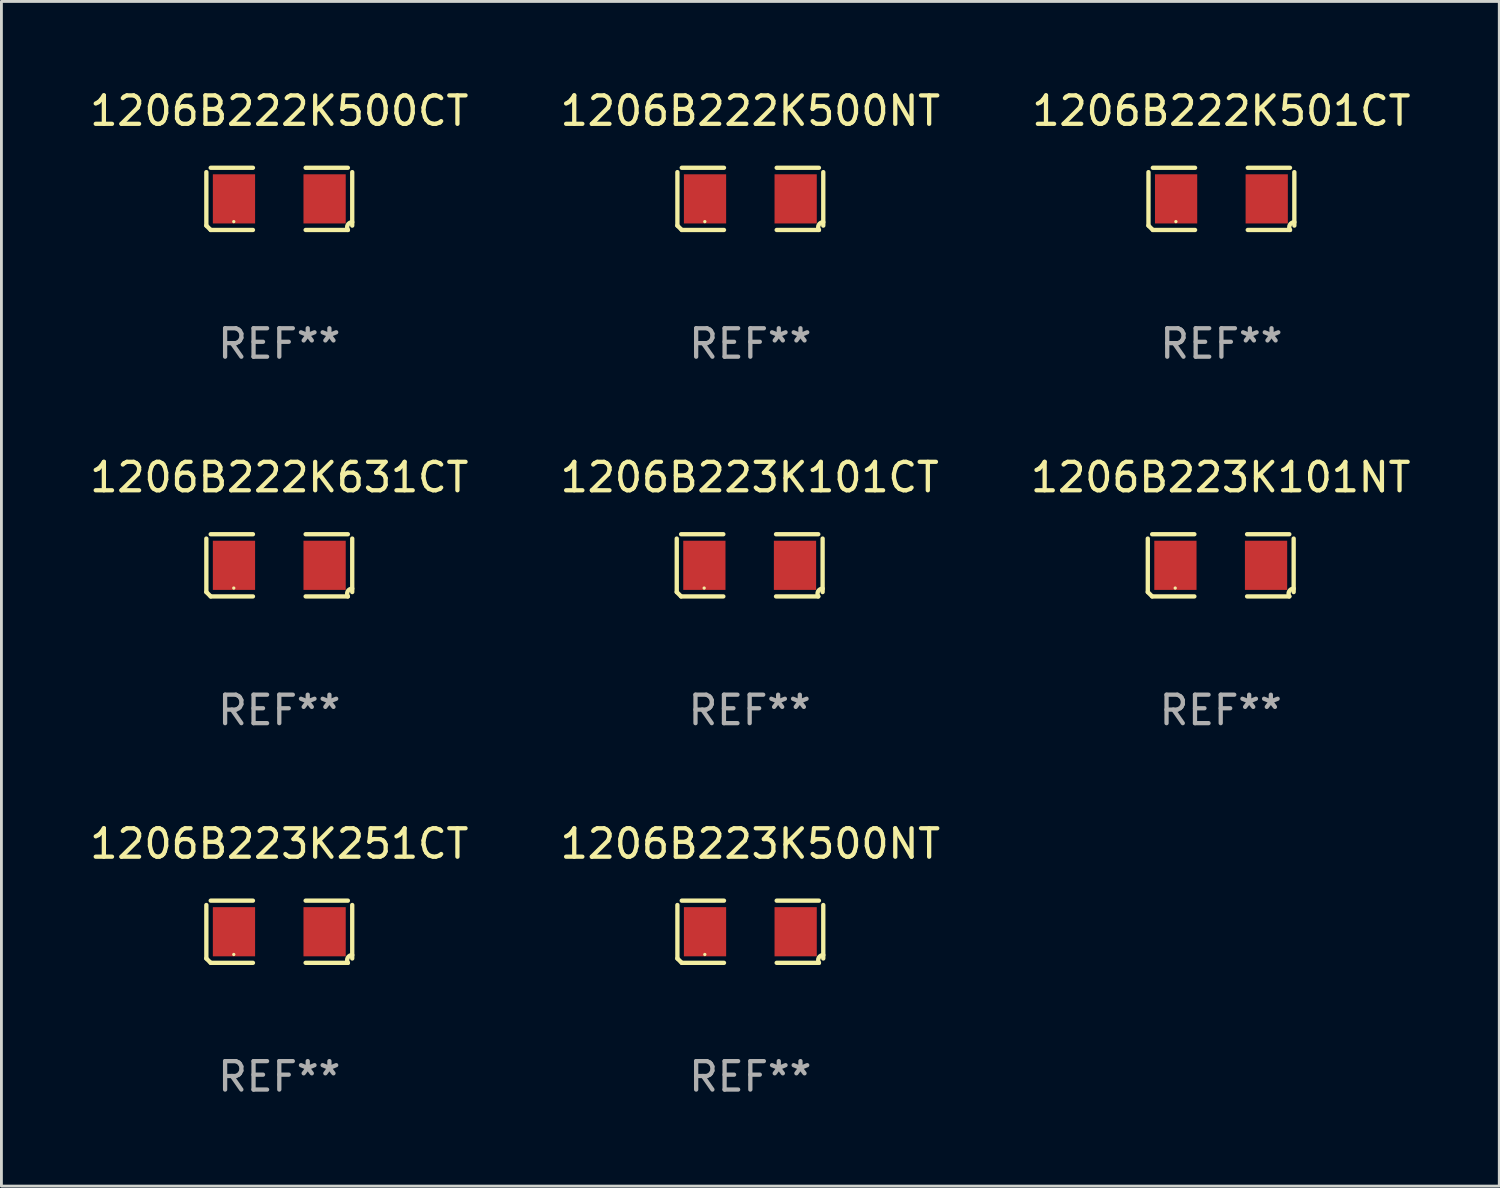
<source format=kicad_pcb>
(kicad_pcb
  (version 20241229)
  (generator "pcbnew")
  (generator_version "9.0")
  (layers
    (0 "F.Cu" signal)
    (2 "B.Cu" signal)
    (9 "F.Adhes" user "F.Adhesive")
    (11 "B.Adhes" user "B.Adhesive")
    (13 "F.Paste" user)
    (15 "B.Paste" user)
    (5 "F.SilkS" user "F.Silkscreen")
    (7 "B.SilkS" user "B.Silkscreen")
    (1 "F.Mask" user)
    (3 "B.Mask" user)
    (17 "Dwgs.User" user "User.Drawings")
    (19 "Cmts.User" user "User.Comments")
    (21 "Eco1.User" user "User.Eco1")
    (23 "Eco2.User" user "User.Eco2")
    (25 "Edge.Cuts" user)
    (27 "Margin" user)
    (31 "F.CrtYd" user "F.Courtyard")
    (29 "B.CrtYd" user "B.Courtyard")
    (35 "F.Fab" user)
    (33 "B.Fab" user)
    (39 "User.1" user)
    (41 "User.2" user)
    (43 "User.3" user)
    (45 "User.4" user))
  (footprint "1206B222K500NT"
    (layer "F.Cu")
    (at 23.327 3.941)
    (property "Reference" "1206B222K500NT" (at 0 -3.093 0) (layer "F.SilkS") (effects (font (size 1 1) (thickness 0.15))))
    (attr through_hole)
    (fp_line (start -2.564 0.94) (end -2.564 -0.94) (stroke (width 0.152) (type solid)) (layer "F.SilkS"))
    (fp_line (start -2.411 -1.093) (end -0.926 -1.093) (stroke (width 0.152) (type solid)) (layer "F.SilkS"))
    (fp_line (start -0.926 1.093) (end -2.411 1.093) (stroke (width 0.152) (type solid)) (layer "F.SilkS"))
    (fp_line (start 0.926 1.093) (end 2.411 1.093) (stroke (width 0.152) (type solid)) (layer "F.SilkS"))
    (fp_line (start 2.411 -1.093) (end 0.926 -1.093) (stroke (width 0.152) (type solid)) (layer "F.SilkS"))
    (fp_line (start 2.564 0.94) (end 2.564 -0.94) (stroke (width 0.152) (type solid)) (layer "F.SilkS"))
    (fp_arc (start -2.411201 1.092609) (mid -2.487413 1.01642) (end -2.563602 0.940208) (stroke (width 0.1524) (type solid)) (layer "F.SilkS"))
    (fp_arc (start 2.411201 1.092609) (mid 2.407159 0.911226) (end 2.563602 0.819347) (stroke (width 0.1524) (type solid)) (layer "F.SilkS"))
    (fp_circle (center -1.6 0.8) (end -1.57 0.8) (stroke (width 0.06) (type solid)) (fill no) (layer "F.SilkS"))
    (fp_text user "REF**" (at 0 5.093 0) (layer "F.Fab") (effects (font (size 1 1) (thickness 0.15))))
    (pad "1" smd rect (at -1.593 0) (size 1.485 1.728) (layers "F.Cu" "F.Mask" "F.Paste"))
    (pad "2" smd rect (at 1.593 0) (size 1.485 1.728) (layers "F.Cu" "F.Mask" "F.Paste")))
  (footprint "1206B222K501CT"
    (layer "F.Cu")
    (at 39.887 3.941)
    (property "Reference" "1206B222K501CT" (at 0 -3.093 0) (layer "F.SilkS") (effects (font (size 1 1) (thickness 0.15))))
    (attr through_hole)
    (fp_line (start -2.564 0.94) (end -2.564 -0.94) (stroke (width 0.152) (type solid)) (layer "F.SilkS"))
    (fp_line (start -2.411 -1.093) (end -0.926 -1.093) (stroke (width 0.152) (type solid)) (layer "F.SilkS"))
    (fp_line (start -0.926 1.093) (end -2.411 1.093) (stroke (width 0.152) (type solid)) (layer "F.SilkS"))
    (fp_line (start 0.926 1.093) (end 2.411 1.093) (stroke (width 0.152) (type solid)) (layer "F.SilkS"))
    (fp_line (start 2.411 -1.093) (end 0.926 -1.093) (stroke (width 0.152) (type solid)) (layer "F.SilkS"))
    (fp_line (start 2.564 0.94) (end 2.564 -0.94) (stroke (width 0.152) (type solid)) (layer "F.SilkS"))
    (fp_arc (start -2.411201 1.092609) (mid -2.487413 1.01642) (end -2.563602 0.940208) (stroke (width 0.1524) (type solid)) (layer "F.SilkS"))
    (fp_arc (start 2.411201 1.092609) (mid 2.407159 0.911226) (end 2.563602 0.819347) (stroke (width 0.1524) (type solid)) (layer "F.SilkS"))
    (fp_circle (center -1.6 0.8) (end -1.57 0.8) (stroke (width 0.06) (type solid)) (fill no) (layer "F.SilkS"))
    (fp_text user "REF**" (at 0 5.093 0) (layer "F.Fab") (effects (font (size 1 1) (thickness 0.15))))
    (pad "1" smd rect (at -1.593 0) (size 1.485 1.728) (layers "F.Cu" "F.Mask" "F.Paste"))
    (pad "2" smd rect (at 1.593 0) (size 1.485 1.728) (layers "F.Cu" "F.Mask" "F.Paste")))
  (footprint "1206B223K251CT"
    (layer "F.Cu")
    (at 6.768 29.704)
    (property "Reference" "1206B223K251CT" (at 0 -3.093 0) (layer "F.SilkS") (effects (font (size 1 1) (thickness 0.15))))
    (attr through_hole)
    (fp_line (start -2.564 0.94) (end -2.564 -0.94) (stroke (width 0.152) (type solid)) (layer "F.SilkS"))
    (fp_line (start -2.411 -1.093) (end -0.926 -1.093) (stroke (width 0.152) (type solid)) (layer "F.SilkS"))
    (fp_line (start -0.926 1.093) (end -2.411 1.093) (stroke (width 0.152) (type solid)) (layer "F.SilkS"))
    (fp_line (start 0.926 1.093) (end 2.411 1.093) (stroke (width 0.152) (type solid)) (layer "F.SilkS"))
    (fp_line (start 2.411 -1.093) (end 0.926 -1.093) (stroke (width 0.152) (type solid)) (layer "F.SilkS"))
    (fp_line (start 2.564 0.94) (end 2.564 -0.94) (stroke (width 0.152) (type solid)) (layer "F.SilkS"))
    (fp_arc (start -2.411201 1.092609) (mid -2.487413 1.01642) (end -2.563602 0.940208) (stroke (width 0.1524) (type solid)) (layer "F.SilkS"))
    (fp_arc (start 2.411201 1.092609) (mid 2.407159 0.911226) (end 2.563602 0.819347) (stroke (width 0.1524) (type solid)) (layer "F.SilkS"))
    (fp_circle (center -1.6 0.8) (end -1.57 0.8) (stroke (width 0.06) (type solid)) (fill no) (layer "F.SilkS"))
    (fp_text user "REF**" (at 0 5.093 0) (layer "F.Fab") (effects (font (size 1 1) (thickness 0.15))))
    (pad "1" smd rect (at -1.593 0) (size 1.485 1.728) (layers "F.Cu" "F.Mask" "F.Paste"))
    (pad "2" smd rect (at 1.593 0) (size 1.485 1.728) (layers "F.Cu" "F.Mask" "F.Paste")))
  (footprint "1206B223K101CT"
    (layer "F.Cu")
    (at 23.304 16.823)
    (property "Reference" "1206B223K101CT" (at 0 -3.093 0) (layer "F.SilkS") (effects (font (size 1 1) (thickness 0.15))))
    (attr through_hole)
    (fp_line (start -2.564 0.94) (end -2.564 -0.94) (stroke (width 0.152) (type solid)) (layer "F.SilkS"))
    (fp_line (start -2.411 -1.093) (end -0.926 -1.093) (stroke (width 0.152) (type solid)) (layer "F.SilkS"))
    (fp_line (start -0.926 1.093) (end -2.411 1.093) (stroke (width 0.152) (type solid)) (layer "F.SilkS"))
    (fp_line (start 0.926 1.093) (end 2.411 1.093) (stroke (width 0.152) (type solid)) (layer "F.SilkS"))
    (fp_line (start 2.411 -1.093) (end 0.926 -1.093) (stroke (width 0.152) (type solid)) (layer "F.SilkS"))
    (fp_line (start 2.564 0.94) (end 2.564 -0.94) (stroke (width 0.152) (type solid)) (layer "F.SilkS"))
    (fp_arc (start -2.411201 1.092609) (mid -2.487413 1.01642) (end -2.563602 0.940208) (stroke (width 0.1524) (type solid)) (layer "F.SilkS"))
    (fp_arc (start 2.411201 1.092609) (mid 2.407159 0.911226) (end 2.563602 0.819347) (stroke (width 0.1524) (type solid)) (layer "F.SilkS"))
    (fp_circle (center -1.6 0.8) (end -1.57 0.8) (stroke (width 0.06) (type solid)) (fill no) (layer "F.SilkS"))
    (fp_text user "REF**" (at 0 5.093 0) (layer "F.Fab") (effects (font (size 1 1) (thickness 0.15))))
    (pad "1" smd rect (at -1.593 0) (size 1.485 1.728) (layers "F.Cu" "F.Mask" "F.Paste"))
    (pad "2" smd rect (at 1.593 0) (size 1.485 1.728) (layers "F.Cu" "F.Mask" "F.Paste")))
  (footprint "1206B223K101NT"
    (layer "F.Cu")
    (at 39.863 16.823)
    (property "Reference" "1206B223K101NT" (at 0 -3.093 0) (layer "F.SilkS") (effects (font (size 1 1) (thickness 0.15))))
    (attr through_hole)
    (fp_line (start -2.564 0.94) (end -2.564 -0.94) (stroke (width 0.152) (type solid)) (layer "F.SilkS"))
    (fp_line (start -2.411 -1.093) (end -0.926 -1.093) (stroke (width 0.152) (type solid)) (layer "F.SilkS"))
    (fp_line (start -0.926 1.093) (end -2.411 1.093) (stroke (width 0.152) (type solid)) (layer "F.SilkS"))
    (fp_line (start 0.926 1.093) (end 2.411 1.093) (stroke (width 0.152) (type solid)) (layer "F.SilkS"))
    (fp_line (start 2.411 -1.093) (end 0.926 -1.093) (stroke (width 0.152) (type solid)) (layer "F.SilkS"))
    (fp_line (start 2.564 0.94) (end 2.564 -0.94) (stroke (width 0.152) (type solid)) (layer "F.SilkS"))
    (fp_arc (start -2.411201 1.092609) (mid -2.487413 1.01642) (end -2.563602 0.940208) (stroke (width 0.1524) (type solid)) (layer "F.SilkS"))
    (fp_arc (start 2.411201 1.092609) (mid 2.407159 0.911226) (end 2.563602 0.819347) (stroke (width 0.1524) (type solid)) (layer "F.SilkS"))
    (fp_circle (center -1.6 0.8) (end -1.57 0.8) (stroke (width 0.06) (type solid)) (fill no) (layer "F.SilkS"))
    (fp_text user "REF**" (at 0 5.093 0) (layer "F.Fab") (effects (font (size 1 1) (thickness 0.15))))
    (pad "1" smd rect (at -1.593 0) (size 1.485 1.728) (layers "F.Cu" "F.Mask" "F.Paste"))
    (pad "2" smd rect (at 1.593 0) (size 1.485 1.728) (layers "F.Cu" "F.Mask" "F.Paste")))
  (footprint "1206B223K500NT"
    (layer "F.Cu")
    (at 23.327 29.704)
    (property "Reference" "1206B223K500NT" (at 0 -3.093 0) (layer "F.SilkS") (effects (font (size 1 1) (thickness 0.15))))
    (attr through_hole)
    (fp_line (start -2.564 0.94) (end -2.564 -0.94) (stroke (width 0.152) (type solid)) (layer "F.SilkS"))
    (fp_line (start -2.411 -1.093) (end -0.926 -1.093) (stroke (width 0.152) (type solid)) (layer "F.SilkS"))
    (fp_line (start -0.926 1.093) (end -2.411 1.093) (stroke (width 0.152) (type solid)) (layer "F.SilkS"))
    (fp_line (start 0.926 1.093) (end 2.411 1.093) (stroke (width 0.152) (type solid)) (layer "F.SilkS"))
    (fp_line (start 2.411 -1.093) (end 0.926 -1.093) (stroke (width 0.152) (type solid)) (layer "F.SilkS"))
    (fp_line (start 2.564 0.94) (end 2.564 -0.94) (stroke (width 0.152) (type solid)) (layer "F.SilkS"))
    (fp_arc (start -2.411201 1.092609) (mid -2.487413 1.01642) (end -2.563602 0.940208) (stroke (width 0.1524) (type solid)) (layer "F.SilkS"))
    (fp_arc (start 2.411201 1.092609) (mid 2.407159 0.911226) (end 2.563602 0.819347) (stroke (width 0.1524) (type solid)) (layer "F.SilkS"))
    (fp_circle (center -1.6 0.8) (end -1.57 0.8) (stroke (width 0.06) (type solid)) (fill no) (layer "F.SilkS"))
    (fp_text user "REF**" (at 0 5.093 0) (layer "F.Fab") (effects (font (size 1 1) (thickness 0.15))))
    (pad "1" smd rect (at -1.593 0) (size 1.485 1.728) (layers "F.Cu" "F.Mask" "F.Paste"))
    (pad "2" smd rect (at 1.593 0) (size 1.485 1.728) (layers "F.Cu" "F.Mask" "F.Paste")))
  (footprint "1206B222K500CT"
    (layer "F.Cu")
    (at 6.768 3.941)
    (property "Reference" "1206B222K500CT" (at 0 -3.093 0) (layer "F.SilkS") (effects (font (size 1 1) (thickness 0.15))))
    (attr through_hole)
    (fp_line (start -2.564 0.94) (end -2.564 -0.94) (stroke (width 0.152) (type solid)) (layer "F.SilkS"))
    (fp_line (start -2.411 -1.093) (end -0.926 -1.093) (stroke (width 0.152) (type solid)) (layer "F.SilkS"))
    (fp_line (start -0.926 1.093) (end -2.411 1.093) (stroke (width 0.152) (type solid)) (layer "F.SilkS"))
    (fp_line (start 0.926 1.093) (end 2.411 1.093) (stroke (width 0.152) (type solid)) (layer "F.SilkS"))
    (fp_line (start 2.411 -1.093) (end 0.926 -1.093) (stroke (width 0.152) (type solid)) (layer "F.SilkS"))
    (fp_line (start 2.564 0.94) (end 2.564 -0.94) (stroke (width 0.152) (type solid)) (layer "F.SilkS"))
    (fp_arc (start -2.411201 1.092609) (mid -2.487413 1.01642) (end -2.563602 0.940208) (stroke (width 0.1524) (type solid)) (layer "F.SilkS"))
    (fp_arc (start 2.411201 1.092609) (mid 2.407159 0.911226) (end 2.563602 0.819347) (stroke (width 0.1524) (type solid)) (layer "F.SilkS"))
    (fp_circle (center -1.6 0.8) (end -1.57 0.8) (stroke (width 0.06) (type solid)) (fill no) (layer "F.SilkS"))
    (fp_text user "REF**" (at 0 5.093 0) (layer "F.Fab") (effects (font (size 1 1) (thickness 0.15))))
    (pad "1" smd rect (at -1.593 0) (size 1.485 1.728) (layers "F.Cu" "F.Mask" "F.Paste"))
    (pad "2" smd rect (at 1.593 0) (size 1.485 1.728) (layers "F.Cu" "F.Mask" "F.Paste")))
  (footprint "1206B222K631CT"
    (layer "F.Cu")
    (at 6.768 16.823)
    (property "Reference" "1206B222K631CT" (at 0 -3.093 0) (layer "F.SilkS") (effects (font (size 1 1) (thickness 0.15))))
    (attr through_hole)
    (fp_line (start -2.564 0.94) (end -2.564 -0.94) (stroke (width 0.152) (type solid)) (layer "F.SilkS"))
    (fp_line (start -2.411 -1.093) (end -0.926 -1.093) (stroke (width 0.152) (type solid)) (layer "F.SilkS"))
    (fp_line (start -0.926 1.093) (end -2.411 1.093) (stroke (width 0.152) (type solid)) (layer "F.SilkS"))
    (fp_line (start 0.926 1.093) (end 2.411 1.093) (stroke (width 0.152) (type solid)) (layer "F.SilkS"))
    (fp_line (start 2.411 -1.093) (end 0.926 -1.093) (stroke (width 0.152) (type solid)) (layer "F.SilkS"))
    (fp_line (start 2.564 0.94) (end 2.564 -0.94) (stroke (width 0.152) (type solid)) (layer "F.SilkS"))
    (fp_arc (start -2.411201 1.092609) (mid -2.487413 1.01642) (end -2.563602 0.940208) (stroke (width 0.1524) (type solid)) (layer "F.SilkS"))
    (fp_arc (start 2.411201 1.092609) (mid 2.407159 0.911226) (end 2.563602 0.819347) (stroke (width 0.1524) (type solid)) (layer "F.SilkS"))
    (fp_circle (center -1.6 0.8) (end -1.57 0.8) (stroke (width 0.06) (type solid)) (fill no) (layer "F.SilkS"))
    (fp_text user "REF**" (at 0 5.093 0) (layer "F.Fab") (effects (font (size 1 1) (thickness 0.15))))
    (pad "1" smd rect (at -1.593 0) (size 1.485 1.728) (layers "F.Cu" "F.Mask" "F.Paste"))
    (pad "2" smd rect (at 1.593 0) (size 1.485 1.728) (layers "F.Cu" "F.Mask" "F.Paste")))
  (gr_rect
    (start -3 -3)
    (end 49.655 38.645)
    (stroke (width 0.1) (type default))
    (fill no)
    (layer "Edge.Cuts")))
</source>
